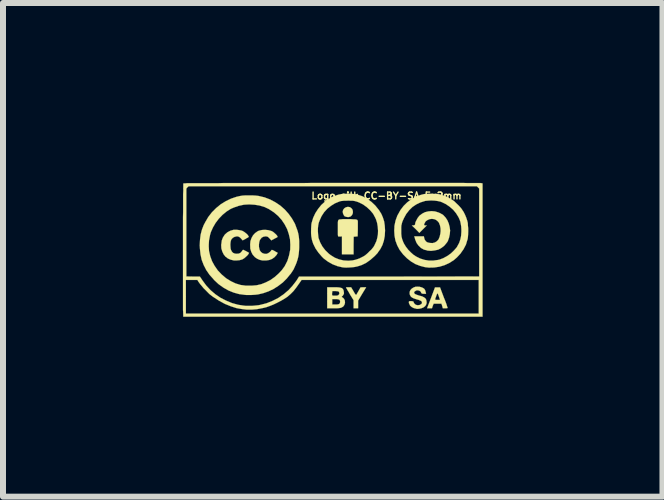
<source format=kicad_pcb>
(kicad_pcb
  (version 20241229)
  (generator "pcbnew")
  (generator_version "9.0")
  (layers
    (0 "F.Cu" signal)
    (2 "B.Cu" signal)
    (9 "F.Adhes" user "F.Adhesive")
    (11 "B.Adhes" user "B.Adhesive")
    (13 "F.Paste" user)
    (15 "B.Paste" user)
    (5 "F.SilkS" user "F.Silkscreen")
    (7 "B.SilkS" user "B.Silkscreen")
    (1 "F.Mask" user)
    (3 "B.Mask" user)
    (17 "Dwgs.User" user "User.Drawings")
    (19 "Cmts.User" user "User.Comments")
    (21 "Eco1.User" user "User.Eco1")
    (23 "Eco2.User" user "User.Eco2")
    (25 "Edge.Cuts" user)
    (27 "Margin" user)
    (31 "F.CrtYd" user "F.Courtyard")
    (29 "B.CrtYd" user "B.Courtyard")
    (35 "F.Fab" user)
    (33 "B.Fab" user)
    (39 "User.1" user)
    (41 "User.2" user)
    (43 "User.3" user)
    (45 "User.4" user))
  (footprint "Logo_silk_CC-BY-SA_5x2mm"
    (layer "F.Cu")
    (at 2.496 1.116)
    (property "Reference" "Logo_silk_CC-BY-SA_5x2mm" (at 0.9 -0.9 0) (layer "F.SilkS") (effects (font (size 0.114 0.114) (thickness 0.023))))
    (attr exclude_from_pos_files exclude_from_bom)
    (fp_poly (pts (xy 0.34 -0.625) (xy 0.335 -0.599) (xy 0.323 -0.577) (xy 0.302 -0.556) (xy 0.272 -0.546) (xy 0.269 -0.546) (xy 0.251 -0.546) (xy 0.231 -0.549) (xy 0.226 -0.551) (xy 0.208 -0.556) (xy 0.201 -0.561) (xy 0.198 -0.561) (xy 0.196 -0.566) (xy 0.188 -0.577) (xy 0.185 -0.582) (xy 0.173 -0.612) (xy 0.17 -0.643) (xy 0.18 -0.671) (xy 0.198 -0.693) (xy 0.224 -0.709) (xy 0.254 -0.716) (xy 0.259 -0.716) (xy 0.29 -0.711) (xy 0.312 -0.696) (xy 0.33 -0.676) (xy 0.338 -0.65) (xy 0.34 -0.625)) (stroke (width 0.003) (type solid)) (fill yes) (layer "F.SilkS"))
    (fp_poly (pts (xy 0.561 0.625) (xy 0.493 0.737) (xy 0.427 0.848) (xy 0.427 0.912) (xy 0.427 0.975) (xy 0.389 0.975) (xy 0.351 0.975) (xy 0.351 0.909) (xy 0.351 0.841) (xy 0.287 0.737) (xy 0.269 0.704) (xy 0.251 0.676) (xy 0.239 0.653) (xy 0.229 0.638) (xy 0.224 0.63) (xy 0.229 0.627) (xy 0.244 0.625) (xy 0.264 0.625) (xy 0.267 0.625) (xy 0.31 0.625) (xy 0.351 0.693) (xy 0.368 0.724) (xy 0.381 0.742) (xy 0.391 0.752) (xy 0.396 0.752) (xy 0.401 0.742) (xy 0.411 0.726) (xy 0.424 0.704) (xy 0.434 0.686) (xy 0.467 0.627) (xy 0.513 0.625) (xy 0.561 0.625)) (stroke (width 0.003) (type solid)) (fill yes) (layer "F.SilkS"))
    (fp_poly (pts (xy 1.92 0.97) (xy 1.915 0.973) (xy 1.9 0.975) (xy 1.88 0.975) (xy 1.839 0.975) (xy 1.829 0.937) (xy 1.816 0.899) (xy 1.793 0.899) (xy 1.793 0.836) (xy 1.773 0.777) (xy 1.765 0.754) (xy 1.755 0.734) (xy 1.75 0.726) (xy 1.75 0.724) (xy 1.745 0.732) (xy 1.737 0.749) (xy 1.73 0.77) (xy 1.722 0.792) (xy 1.714 0.813) (xy 1.712 0.828) (xy 1.709 0.831) (xy 1.717 0.833) (xy 1.732 0.836) (xy 1.75 0.836) (xy 1.793 0.836) (xy 1.793 0.899) (xy 1.75 0.899) (xy 1.687 0.899) (xy 1.671 0.937) (xy 1.659 0.975) (xy 1.618 0.975) (xy 1.577 0.975) (xy 1.643 0.803) (xy 1.709 0.627) (xy 1.753 0.627) (xy 1.793 0.627) (xy 1.857 0.798) (xy 1.875 0.841) (xy 1.89 0.881) (xy 1.902 0.914) (xy 1.91 0.942) (xy 1.918 0.963) (xy 1.92 0.97)) (stroke (width 0.003) (type solid)) (fill yes) (layer "F.SilkS"))
    (fp_poly (pts (xy 0.422 -0.452) (xy 0.422 -0.432) (xy 0.422 -0.404) (xy 0.422 -0.371) (xy 0.422 -0.338) (xy 0.419 -0.224) (xy 0.386 -0.221) (xy 0.353 -0.218) (xy 0.351 -0.071) (xy 0.351 0.076) (xy 0.254 0.076) (xy 0.157 0.076) (xy 0.157 -0.074) (xy 0.157 -0.224) (xy 0.132 -0.221) (xy 0.112 -0.221) (xy 0.099 -0.221) (xy 0.097 -0.221) (xy 0.094 -0.226) (xy 0.091 -0.236) (xy 0.089 -0.254) (xy 0.089 -0.282) (xy 0.089 -0.32) (xy 0.089 -0.353) (xy 0.089 -0.396) (xy 0.089 -0.432) (xy 0.089 -0.457) (xy 0.091 -0.475) (xy 0.094 -0.488) (xy 0.097 -0.495) (xy 0.099 -0.495) (xy 0.102 -0.5) (xy 0.107 -0.503) (xy 0.114 -0.505) (xy 0.124 -0.508) (xy 0.142 -0.508) (xy 0.168 -0.511) (xy 0.201 -0.511) (xy 0.246 -0.511) (xy 0.254 -0.511) (xy 0.305 -0.511) (xy 0.343 -0.508) (xy 0.373 -0.508) (xy 0.394 -0.505) (xy 0.409 -0.5) (xy 0.417 -0.495) (xy 0.419 -0.485) (xy 0.422 -0.475) (xy 0.422 -0.462) (xy 0.422 -0.452)) (stroke (width 0.003) (type solid)) (fill yes) (layer "F.SilkS"))
    (fp_poly (pts (xy -1.392 0.051) (xy -1.402 0.071) (xy -1.42 0.094) (xy -1.445 0.117) (xy -1.471 0.14) (xy -1.499 0.157) (xy -1.504 0.16) (xy -1.549 0.173) (xy -1.603 0.178) (xy -1.643 0.178) (xy -1.699 0.165) (xy -1.745 0.145) (xy -1.786 0.114) (xy -1.816 0.076) (xy -1.839 0.028) (xy -1.854 -0.023) (xy -1.857 -0.084) (xy -1.854 -0.099) (xy -1.847 -0.155) (xy -1.829 -0.203) (xy -1.803 -0.244) (xy -1.793 -0.257) (xy -1.753 -0.292) (xy -1.704 -0.318) (xy -1.651 -0.333) (xy -1.595 -0.333) (xy -1.57 -0.33) (xy -1.539 -0.325) (xy -1.509 -0.318) (xy -1.488 -0.307) (xy -1.471 -0.297) (xy -1.448 -0.279) (xy -1.427 -0.262) (xy -1.412 -0.244) (xy -1.4 -0.226) (xy -1.397 -0.218) (xy -1.402 -0.211) (xy -1.417 -0.201) (xy -1.438 -0.191) (xy -1.448 -0.183) (xy -1.499 -0.157) (xy -1.529 -0.191) (xy -1.547 -0.208) (xy -1.56 -0.216) (xy -1.572 -0.221) (xy -1.587 -0.224) (xy -1.598 -0.224) (xy -1.633 -0.216) (xy -1.661 -0.201) (xy -1.687 -0.175) (xy -1.687 -0.17) (xy -1.697 -0.15) (xy -1.702 -0.117) (xy -1.704 -0.084) (xy -1.702 -0.046) (xy -1.699 -0.015) (xy -1.694 0) (xy -1.679 0.03) (xy -1.659 0.051) (xy -1.628 0.064) (xy -1.598 0.066) (xy -1.565 0.064) (xy -1.539 0.053) (xy -1.519 0.033) (xy -1.509 0.02) (xy -1.499 0.005) (xy -1.491 0) (xy -1.483 0.003) (xy -1.468 0.01) (xy -1.448 0.02) (xy -1.438 0.025) (xy -1.392 0.051)) (stroke (width 0.003) (type solid)) (fill yes) (layer "F.SilkS"))
    (fp_poly (pts (xy -0.917 0.051) (xy -0.917 0.058) (xy -0.925 0.071) (xy -0.932 0.084) (xy -0.968 0.124) (xy -1.008 0.152) (xy -1.054 0.17) (xy -1.107 0.178) (xy -1.166 0.178) (xy -1.214 0.168) (xy -1.255 0.15) (xy -1.293 0.124) (xy -1.3 0.117) (xy -1.333 0.079) (xy -1.356 0.033) (xy -1.372 -0.02) (xy -1.372 -0.03) (xy -1.374 -0.089) (xy -1.369 -0.145) (xy -1.351 -0.196) (xy -1.326 -0.241) (xy -1.293 -0.277) (xy -1.252 -0.307) (xy -1.229 -0.318) (xy -1.179 -0.33) (xy -1.125 -0.333) (xy -1.072 -0.328) (xy -1.024 -0.315) (xy -1.016 -0.312) (xy -0.993 -0.3) (xy -0.968 -0.279) (xy -0.945 -0.259) (xy -0.927 -0.239) (xy -0.922 -0.229) (xy -0.917 -0.221) (xy -0.917 -0.213) (xy -0.925 -0.208) (xy -0.937 -0.201) (xy -0.958 -0.191) (xy -0.968 -0.185) (xy -1.021 -0.157) (xy -1.052 -0.191) (xy -1.069 -0.208) (xy -1.079 -0.216) (xy -1.092 -0.221) (xy -1.11 -0.224) (xy -1.118 -0.224) (xy -1.153 -0.218) (xy -1.181 -0.203) (xy -1.201 -0.178) (xy -1.212 -0.163) (xy -1.222 -0.13) (xy -1.227 -0.089) (xy -1.227 -0.048) (xy -1.219 -0.01) (xy -1.214 0.008) (xy -1.194 0.036) (xy -1.168 0.056) (xy -1.138 0.066) (xy -1.105 0.069) (xy -1.074 0.058) (xy -1.046 0.038) (xy -1.031 0.023) (xy -1.021 0.01) (xy -1.019 0.005) (xy -1.016 0.003) (xy -1.006 0.003) (xy -0.991 0.008) (xy -0.968 0.02) (xy -0.947 0.033) (xy -0.927 0.043) (xy -0.917 0.048) (xy -0.917 0.051)) (stroke (width 0.003) (type solid)) (fill yes) (layer "F.SilkS"))
    (fp_poly (pts (xy 0.208 0.886) (xy 0.198 0.919) (xy 0.178 0.947) (xy 0.15 0.963) (xy 0.137 0.968) (xy 0.127 0.97) (xy 0.127 0.866) (xy 0.124 0.848) (xy 0.117 0.836) (xy 0.114 0.833) (xy 0.114 0.721) (xy 0.107 0.704) (xy 0.104 0.699) (xy 0.094 0.693) (xy 0.076 0.691) (xy 0.048 0.688) (xy 0.043 0.688) (xy -0.003 0.688) (xy -0.005 0.709) (xy -0.008 0.729) (xy -0.008 0.747) (xy -0.005 0.757) (xy 0 0.762) (xy 0.005 0.765) (xy 0.023 0.765) (xy 0.038 0.765) (xy 0.071 0.765) (xy 0.094 0.759) (xy 0.099 0.754) (xy 0.112 0.739) (xy 0.114 0.721) (xy 0.114 0.833) (xy 0.102 0.828) (xy 0.076 0.823) (xy 0.046 0.823) (xy -0.005 0.823) (xy -0.005 0.866) (xy -0.005 0.912) (xy 0.048 0.912) (xy 0.079 0.912) (xy 0.097 0.909) (xy 0.109 0.904) (xy 0.114 0.902) (xy 0.124 0.884) (xy 0.127 0.866) (xy 0.127 0.97) (xy 0.124 0.97) (xy 0.107 0.973) (xy 0.081 0.975) (xy 0.048 0.975) (xy 0.015 0.975) (xy -0.089 0.975) (xy -0.089 0.8) (xy -0.089 0.625) (xy 0.015 0.625) (xy 0.061 0.625) (xy 0.097 0.627) (xy 0.122 0.63) (xy 0.142 0.635) (xy 0.157 0.64) (xy 0.168 0.65) (xy 0.173 0.655) (xy 0.183 0.673) (xy 0.188 0.699) (xy 0.191 0.724) (xy 0.188 0.737) (xy 0.18 0.752) (xy 0.168 0.77) (xy 0.165 0.77) (xy 0.155 0.78) (xy 0.155 0.787) (xy 0.157 0.79) (xy 0.175 0.8) (xy 0.193 0.82) (xy 0.203 0.841) (xy 0.206 0.851) (xy 0.208 0.886)) (stroke (width 0.003) (type solid)) (fill yes) (layer "F.SilkS"))
    (fp_poly (pts (xy 1.57 0.886) (xy 1.562 0.912) (xy 1.549 0.935) (xy 1.544 0.94) (xy 1.519 0.96) (xy 1.483 0.975) (xy 1.445 0.983) (xy 1.405 0.986) (xy 1.4 0.983) (xy 1.356 0.973) (xy 1.321 0.955) (xy 1.293 0.93) (xy 1.278 0.897) (xy 1.275 0.892) (xy 1.273 0.874) (xy 1.275 0.861) (xy 1.288 0.856) (xy 1.308 0.856) (xy 1.313 0.856) (xy 1.333 0.859) (xy 1.346 0.861) (xy 1.351 0.869) (xy 1.354 0.879) (xy 1.369 0.902) (xy 1.389 0.917) (xy 1.417 0.925) (xy 1.448 0.922) (xy 1.466 0.914) (xy 1.483 0.904) (xy 1.491 0.889) (xy 1.491 0.871) (xy 1.486 0.864) (xy 1.478 0.853) (xy 1.46 0.846) (xy 1.438 0.836) (xy 1.402 0.826) (xy 1.384 0.82) (xy 1.354 0.81) (xy 1.333 0.8) (xy 1.318 0.79) (xy 1.308 0.782) (xy 1.29 0.752) (xy 1.285 0.724) (xy 1.288 0.696) (xy 1.3 0.671) (xy 1.321 0.648) (xy 1.349 0.63) (xy 1.382 0.617) (xy 1.417 0.615) (xy 1.453 0.617) (xy 1.496 0.63) (xy 1.527 0.648) (xy 1.544 0.673) (xy 1.554 0.706) (xy 1.56 0.734) (xy 1.521 0.734) (xy 1.501 0.732) (xy 1.491 0.729) (xy 1.483 0.724) (xy 1.478 0.714) (xy 1.466 0.693) (xy 1.445 0.681) (xy 1.422 0.676) (xy 1.397 0.678) (xy 1.377 0.691) (xy 1.374 0.691) (xy 1.361 0.706) (xy 1.361 0.716) (xy 1.367 0.729) (xy 1.369 0.732) (xy 1.384 0.742) (xy 1.41 0.752) (xy 1.448 0.765) (xy 1.45 0.765) (xy 1.494 0.777) (xy 1.524 0.792) (xy 1.547 0.808) (xy 1.56 0.828) (xy 1.567 0.851) (xy 1.567 0.856) (xy 1.57 0.886)) (stroke (width 0.003) (type solid)) (fill yes) (layer "F.SilkS"))
    (fp_poly (pts (xy 1.961 -0.323) (xy 1.956 -0.262) (xy 1.943 -0.201) (xy 1.923 -0.145) (xy 1.91 -0.124) (xy 1.89 -0.099) (xy 1.869 -0.074) (xy 1.867 -0.071) (xy 1.819 -0.033) (xy 1.765 -0.003) (xy 1.707 0.01) (xy 1.643 0.018) (xy 1.58 0.013) (xy 1.577 0.01) (xy 1.524 -0.003) (xy 1.476 -0.03) (xy 1.435 -0.069) (xy 1.402 -0.114) (xy 1.379 -0.17) (xy 1.369 -0.206) (xy 1.364 -0.224) (xy 1.445 -0.224) (xy 1.524 -0.224) (xy 1.529 -0.196) (xy 1.537 -0.17) (xy 1.554 -0.145) (xy 1.575 -0.127) (xy 1.577 -0.127) (xy 1.59 -0.122) (xy 1.61 -0.117) (xy 1.626 -0.114) (xy 1.669 -0.112) (xy 1.707 -0.122) (xy 1.74 -0.142) (xy 1.768 -0.173) (xy 1.786 -0.216) (xy 1.798 -0.267) (xy 1.803 -0.312) (xy 1.801 -0.361) (xy 1.793 -0.404) (xy 1.778 -0.442) (xy 1.778 -0.447) (xy 1.755 -0.475) (xy 1.727 -0.498) (xy 1.697 -0.511) (xy 1.656 -0.516) (xy 1.618 -0.511) (xy 1.582 -0.495) (xy 1.554 -0.475) (xy 1.539 -0.45) (xy 1.529 -0.429) (xy 1.527 -0.417) (xy 1.532 -0.409) (xy 1.544 -0.406) (xy 1.549 -0.406) (xy 1.572 -0.406) (xy 1.511 -0.345) (xy 1.448 -0.282) (xy 1.387 -0.345) (xy 1.323 -0.406) (xy 1.346 -0.406) (xy 1.367 -0.411) (xy 1.377 -0.422) (xy 1.379 -0.439) (xy 1.382 -0.455) (xy 1.392 -0.478) (xy 1.405 -0.503) (xy 1.42 -0.531) (xy 1.438 -0.554) (xy 1.45 -0.569) (xy 1.494 -0.602) (xy 1.542 -0.627) (xy 1.595 -0.64) (xy 1.651 -0.645) (xy 1.709 -0.64) (xy 1.768 -0.622) (xy 1.801 -0.607) (xy 1.847 -0.579) (xy 1.885 -0.538) (xy 1.915 -0.493) (xy 1.938 -0.439) (xy 1.953 -0.381) (xy 1.961 -0.323)) (stroke (width 0.003) (type solid)) (fill yes) (layer "F.SilkS"))
    (fp_poly (pts (xy -0.556 -0.086) (xy -0.556 -0.041) (xy -0.559 0.018) (xy -0.564 0.071) (xy -0.572 0.119) (xy -0.584 0.165) (xy -0.599 0.211) (xy -0.612 0.244) (xy -0.65 0.328) (xy -0.701 0.406) (xy -0.704 0.406) (xy -0.704 -0.086) (xy -0.709 -0.175) (xy -0.729 -0.262) (xy -0.757 -0.345) (xy -0.798 -0.424) (xy -0.848 -0.498) (xy -0.907 -0.564) (xy -0.978 -0.625) (xy -1.057 -0.676) (xy -1.059 -0.678) (xy -1.135 -0.714) (xy -1.219 -0.739) (xy -1.303 -0.752) (xy -1.392 -0.757) (xy -1.478 -0.752) (xy -1.562 -0.734) (xy -1.643 -0.706) (xy -1.697 -0.683) (xy -1.768 -0.638) (xy -1.836 -0.582) (xy -1.897 -0.518) (xy -1.951 -0.447) (xy -1.994 -0.373) (xy -2.029 -0.295) (xy -2.042 -0.251) (xy -2.06 -0.157) (xy -2.065 -0.069) (xy -2.06 0.02) (xy -2.04 0.107) (xy -2.009 0.191) (xy -1.966 0.269) (xy -1.913 0.345) (xy -1.847 0.414) (xy -1.775 0.475) (xy -1.697 0.523) (xy -1.618 0.561) (xy -1.532 0.587) (xy -1.443 0.599) (xy -1.351 0.599) (xy -1.267 0.592) (xy -1.189 0.574) (xy -1.113 0.544) (xy -1.036 0.505) (xy -0.968 0.457) (xy -0.904 0.401) (xy -0.846 0.34) (xy -0.798 0.274) (xy -0.762 0.203) (xy -0.752 0.183) (xy -0.724 0.091) (xy -0.706 0) (xy -0.704 -0.086) (xy -0.704 0.406) (xy -0.762 0.478) (xy -0.828 0.544) (xy -0.904 0.602) (xy -0.983 0.653) (xy -1.067 0.693) (xy -1.156 0.724) (xy -1.242 0.744) (xy -1.285 0.749) (xy -1.326 0.752) (xy -1.359 0.754) (xy -1.384 0.754) (xy -1.41 0.754) (xy -1.435 0.754) (xy -1.458 0.752) (xy -1.557 0.739) (xy -1.648 0.714) (xy -1.737 0.678) (xy -1.821 0.63) (xy -1.902 0.572) (xy -1.981 0.498) (xy -1.981 0.495) (xy -2.05 0.419) (xy -2.106 0.338) (xy -2.149 0.254) (xy -2.182 0.168) (xy -2.202 0.074) (xy -2.212 -0.023) (xy -2.215 -0.076) (xy -2.21 -0.168) (xy -2.2 -0.251) (xy -2.179 -0.333) (xy -2.149 -0.411) (xy -2.123 -0.46) (xy -2.073 -0.546) (xy -2.012 -0.625) (xy -1.941 -0.696) (xy -1.864 -0.759) (xy -1.781 -0.81) (xy -1.692 -0.853) (xy -1.6 -0.884) (xy -1.542 -0.897) (xy -1.499 -0.904) (xy -1.448 -0.907) (xy -1.392 -0.907) (xy -1.336 -0.907) (xy -1.285 -0.904) (xy -1.24 -0.899) (xy -1.229 -0.897) (xy -1.133 -0.874) (xy -1.039 -0.838) (xy -0.953 -0.792) (xy -0.871 -0.737) (xy -0.798 -0.673) (xy -0.732 -0.599) (xy -0.676 -0.521) (xy -0.627 -0.434) (xy -0.592 -0.34) (xy -0.584 -0.318) (xy -0.572 -0.274) (xy -0.564 -0.231) (xy -0.559 -0.188) (xy -0.556 -0.142) (xy -0.556 -0.086)) (stroke (width 0.003) (type solid)) (fill yes) (layer "F.SilkS"))
    (fp_poly (pts (xy 0.876 -0.318) (xy 0.871 -0.231) (xy 0.856 -0.152) (xy 0.833 -0.081) (xy 0.798 -0.013) (xy 0.759 0.041) (xy 0.759 -0.318) (xy 0.754 -0.386) (xy 0.744 -0.447) (xy 0.726 -0.505) (xy 0.711 -0.538) (xy 0.676 -0.602) (xy 0.627 -0.66) (xy 0.572 -0.711) (xy 0.508 -0.757) (xy 0.442 -0.79) (xy 0.401 -0.805) (xy 0.381 -0.81) (xy 0.361 -0.815) (xy 0.338 -0.818) (xy 0.31 -0.818) (xy 0.274 -0.82) (xy 0.257 -0.82) (xy 0.218 -0.818) (xy 0.188 -0.818) (xy 0.163 -0.815) (xy 0.142 -0.813) (xy 0.122 -0.808) (xy 0.114 -0.805) (xy 0.041 -0.775) (xy -0.025 -0.734) (xy -0.086 -0.686) (xy -0.14 -0.627) (xy -0.183 -0.561) (xy -0.216 -0.488) (xy -0.231 -0.447) (xy -0.239 -0.406) (xy -0.244 -0.358) (xy -0.244 -0.307) (xy -0.241 -0.259) (xy -0.236 -0.213) (xy -0.234 -0.198) (xy -0.206 -0.122) (xy -0.168 -0.053) (xy -0.119 0.01) (xy -0.061 0.066) (xy -0.028 0.091) (xy 0.038 0.132) (xy 0.109 0.16) (xy 0.185 0.178) (xy 0.264 0.183) (xy 0.33 0.178) (xy 0.389 0.165) (xy 0.447 0.145) (xy 0.503 0.117) (xy 0.518 0.109) (xy 0.538 0.097) (xy 0.564 0.076) (xy 0.592 0.051) (xy 0.617 0.025) (xy 0.648 -0.003) (xy 0.668 -0.028) (xy 0.686 -0.051) (xy 0.699 -0.074) (xy 0.706 -0.089) (xy 0.732 -0.145) (xy 0.747 -0.201) (xy 0.757 -0.257) (xy 0.759 -0.318) (xy 0.759 0.041) (xy 0.754 0.051) (xy 0.704 0.104) (xy 0.635 0.165) (xy 0.564 0.216) (xy 0.488 0.254) (xy 0.409 0.279) (xy 0.406 0.279) (xy 0.368 0.287) (xy 0.325 0.292) (xy 0.277 0.295) (xy 0.229 0.297) (xy 0.188 0.295) (xy 0.163 0.292) (xy 0.079 0.272) (xy 0 0.241) (xy -0.076 0.198) (xy -0.147 0.145) (xy -0.178 0.114) (xy -0.236 0.046) (xy -0.284 -0.023) (xy -0.323 -0.102) (xy -0.343 -0.165) (xy -0.348 -0.193) (xy -0.353 -0.218) (xy -0.356 -0.246) (xy -0.358 -0.277) (xy -0.358 -0.315) (xy -0.356 -0.373) (xy -0.353 -0.422) (xy -0.348 -0.45) (xy -0.323 -0.533) (xy -0.287 -0.61) (xy -0.241 -0.681) (xy -0.188 -0.747) (xy -0.124 -0.805) (xy -0.056 -0.853) (xy 0.015 -0.892) (xy 0.097 -0.919) (xy 0.112 -0.922) (xy 0.15 -0.93) (xy 0.198 -0.932) (xy 0.249 -0.935) (xy 0.302 -0.935) (xy 0.353 -0.93) (xy 0.396 -0.925) (xy 0.417 -0.919) (xy 0.5 -0.892) (xy 0.577 -0.851) (xy 0.65 -0.798) (xy 0.714 -0.737) (xy 0.772 -0.665) (xy 0.777 -0.658) (xy 0.815 -0.597) (xy 0.841 -0.536) (xy 0.861 -0.472) (xy 0.871 -0.404) (xy 0.876 -0.325) (xy 0.876 -0.318)) (stroke (width 0.003) (type solid)) (fill yes) (layer "F.SilkS"))
    (fp_poly (pts (xy 2.263 -0.305) (xy 2.261 -0.254) (xy 2.258 -0.211) (xy 2.253 -0.175) (xy 2.25 -0.17) (xy 2.225 -0.086) (xy 2.184 -0.008) (xy 2.149 0.041) (xy 2.149 -0.3) (xy 2.149 -0.338) (xy 2.146 -0.389) (xy 2.139 -0.432) (xy 2.131 -0.472) (xy 2.116 -0.511) (xy 2.101 -0.544) (xy 2.06 -0.61) (xy 2.012 -0.668) (xy 1.953 -0.719) (xy 1.89 -0.762) (xy 1.821 -0.795) (xy 1.801 -0.803) (xy 1.755 -0.813) (xy 1.704 -0.82) (xy 1.648 -0.823) (xy 1.593 -0.82) (xy 1.544 -0.815) (xy 1.539 -0.813) (xy 1.466 -0.79) (xy 1.397 -0.757) (xy 1.333 -0.714) (xy 1.278 -0.66) (xy 1.229 -0.597) (xy 1.191 -0.528) (xy 1.166 -0.472) (xy 1.158 -0.447) (xy 1.153 -0.424) (xy 1.148 -0.406) (xy 1.146 -0.384) (xy 1.146 -0.356) (xy 1.146 -0.32) (xy 1.146 -0.267) (xy 1.151 -0.218) (xy 1.161 -0.178) (xy 1.176 -0.137) (xy 1.191 -0.104) (xy 1.222 -0.053) (xy 1.26 -0.003) (xy 1.303 0.041) (xy 1.351 0.084) (xy 1.394 0.112) (xy 1.46 0.145) (xy 1.532 0.168) (xy 1.605 0.18) (xy 1.681 0.18) (xy 1.755 0.17) (xy 1.781 0.165) (xy 1.847 0.14) (xy 1.913 0.104) (xy 1.974 0.061) (xy 2.027 0.01) (xy 2.073 -0.043) (xy 2.106 -0.104) (xy 2.111 -0.112) (xy 2.131 -0.17) (xy 2.144 -0.231) (xy 2.149 -0.3) (xy 2.149 0.041) (xy 2.136 0.061) (xy 2.075 0.127) (xy 2.022 0.173) (xy 1.946 0.221) (xy 1.867 0.257) (xy 1.783 0.282) (xy 1.697 0.295) (xy 1.608 0.297) (xy 1.544 0.29) (xy 1.463 0.269) (xy 1.384 0.239) (xy 1.311 0.196) (xy 1.242 0.142) (xy 1.179 0.079) (xy 1.171 0.069) (xy 1.118 0) (xy 1.079 -0.074) (xy 1.049 -0.155) (xy 1.034 -0.236) (xy 1.029 -0.32) (xy 1.034 -0.406) (xy 1.052 -0.49) (xy 1.082 -0.572) (xy 1.092 -0.589) (xy 1.133 -0.663) (xy 1.186 -0.732) (xy 1.247 -0.792) (xy 1.316 -0.843) (xy 1.389 -0.884) (xy 1.468 -0.914) (xy 1.486 -0.919) (xy 1.509 -0.925) (xy 1.532 -0.93) (xy 1.554 -0.932) (xy 1.582 -0.932) (xy 1.618 -0.935) (xy 1.648 -0.935) (xy 1.694 -0.932) (xy 1.727 -0.932) (xy 1.753 -0.93) (xy 1.775 -0.927) (xy 1.798 -0.922) (xy 1.808 -0.919) (xy 1.862 -0.902) (xy 1.915 -0.879) (xy 1.968 -0.851) (xy 2.007 -0.826) (xy 2.035 -0.805) (xy 2.065 -0.775) (xy 2.098 -0.744) (xy 2.129 -0.711) (xy 2.154 -0.681) (xy 2.162 -0.668) (xy 2.187 -0.63) (xy 2.21 -0.584) (xy 2.23 -0.536) (xy 2.245 -0.49) (xy 2.248 -0.48) (xy 2.256 -0.447) (xy 2.258 -0.404) (xy 2.263 -0.356) (xy 2.263 -0.305)) (stroke (width 0.003) (type solid)) (fill yes) (layer "F.SilkS"))
    (fp_poly (pts (xy 2.502 1.115) (xy 2.446 1.115) (xy 2.446 0.445) (xy 2.446 -0.287) (xy 2.446 -1.021) (xy 2.426 -1.041) (xy 2.408 -1.059) (xy 0.003 -1.059) (xy -2.4 -1.059) (xy -2.421 -1.041) (xy -2.438 -1.021) (xy -2.438 -0.287) (xy -2.438 0.445) (xy -2.324 0.447) (xy -2.212 0.447) (xy -2.169 0.511) (xy -2.108 0.594) (xy -2.037 0.671) (xy -1.958 0.739) (xy -1.869 0.8) (xy -1.775 0.848) (xy -1.676 0.889) (xy -1.575 0.917) (xy -1.491 0.93) (xy -1.448 0.935) (xy -1.397 0.935) (xy -1.341 0.935) (xy -1.288 0.93) (xy -1.237 0.925) (xy -1.206 0.919) (xy -1.1 0.892) (xy -0.998 0.851) (xy -0.904 0.803) (xy -0.815 0.742) (xy -0.732 0.671) (xy -0.699 0.635) (xy -0.671 0.605) (xy -0.643 0.569) (xy -0.615 0.533) (xy -0.599 0.511) (xy -0.559 0.447) (xy 0.942 0.447) (xy 2.446 0.445) (xy 2.446 1.115) (xy 2.438 1.115) (xy 2.438 1.064) (xy 2.438 0.785) (xy 2.438 0.503) (xy 0.96 0.503) (xy -0.516 0.503) (xy -0.556 0.561) (xy -0.605 0.63) (xy -0.653 0.691) (xy -0.701 0.739) (xy -0.754 0.785) (xy -0.813 0.823) (xy -0.856 0.848) (xy -0.925 0.884) (xy -0.988 0.914) (xy -1.046 0.937) (xy -1.105 0.958) (xy -1.168 0.973) (xy -1.171 0.973) (xy -1.262 0.991) (xy -1.349 0.998) (xy -1.43 0.998) (xy -1.514 0.988) (xy -1.6 0.973) (xy -1.697 0.942) (xy -1.796 0.902) (xy -1.895 0.848) (xy -1.996 0.782) (xy -2.029 0.757) (xy -2.055 0.737) (xy -2.085 0.706) (xy -2.118 0.673) (xy -2.151 0.64) (xy -2.182 0.602) (xy -2.21 0.569) (xy -2.23 0.541) (xy -2.243 0.523) (xy -2.253 0.503) (xy -2.349 0.503) (xy -2.446 0.503) (xy -2.446 0.785) (xy -2.446 1.064) (xy -0.003 1.064) (xy 2.438 1.064) (xy 2.438 1.115) (xy 0.005 1.115) (xy -2.489 1.115) (xy -2.492 1.026) (xy -2.494 1.006) (xy -2.494 0.978) (xy -2.494 0.937) (xy -2.494 0.886) (xy -2.494 0.828) (xy -2.494 0.762) (xy -2.494 0.688) (xy -2.494 0.61) (xy -2.494 0.523) (xy -2.494 0.434) (xy -2.494 0.34) (xy -2.494 0.244) (xy -2.494 0.145) (xy -2.494 0.043) (xy -2.494 -0.056) (xy -2.494 -0.157) (xy -2.494 -0.257) (xy -2.494 -0.356) (xy -2.494 -0.452) (xy -2.494 -0.544) (xy -2.492 -0.632) (xy -2.492 -0.716) (xy -2.492 -0.792) (xy -2.492 -0.864) (xy -2.492 -0.927) (xy -2.489 -0.983) (xy -2.489 -1.029) (xy -2.489 -1.064) (xy -2.489 -1.092) (xy -2.487 -1.105) (xy -2.487 -1.107) (xy -2.482 -1.107) (xy -2.461 -1.107) (xy -2.431 -1.11) (xy -2.39 -1.11) (xy -2.337 -1.11) (xy -2.273 -1.11) (xy -2.202 -1.11) (xy -2.121 -1.11) (xy -2.032 -1.11) (xy -1.933 -1.11) (xy -1.829 -1.113) (xy -1.717 -1.113) (xy -1.598 -1.113) (xy -1.473 -1.113) (xy -1.344 -1.113) (xy -1.209 -1.113) (xy -1.069 -1.113) (xy -0.927 -1.113) (xy -0.782 -1.113) (xy -0.632 -1.113) (xy -0.483 -1.113) (xy -0.33 -1.115) (xy -0.175 -1.115) (xy -0.02 -1.115) (xy 0.13 -1.115) (xy 0.284 -1.115) (xy 0.437 -1.115) (xy 0.587 -1.115) (xy 0.737 -1.115) (xy 0.884 -1.115) (xy 1.026 -1.115) (xy 1.166 -1.115) (xy 1.303 -1.115) (xy 1.433 -1.115) (xy 1.56 -1.115) (xy 1.679 -1.115) (xy 1.791 -1.115) (xy 1.897 -1.115) (xy 1.996 -1.115) (xy 2.088 -1.115) (xy 2.172 -1.115) (xy 2.245 -1.113) (xy 2.311 -1.113) (xy 2.365 -1.113) (xy 2.408 -1.113) (xy 2.441 -1.113) (xy 2.464 -1.113) (xy 2.471 -1.113) (xy 2.502 -1.107) (xy 2.502 0.003) (xy 2.502 1.115)) (stroke (width 0.003) (type solid)) (fill yes) (layer "F.SilkS")))
  (gr_rect
    (start -3 -3)
    (end 7.999 5.233)
    (stroke (width 0.1) (type default))
    (fill no)
    (layer "Edge.Cuts")))
</source>
